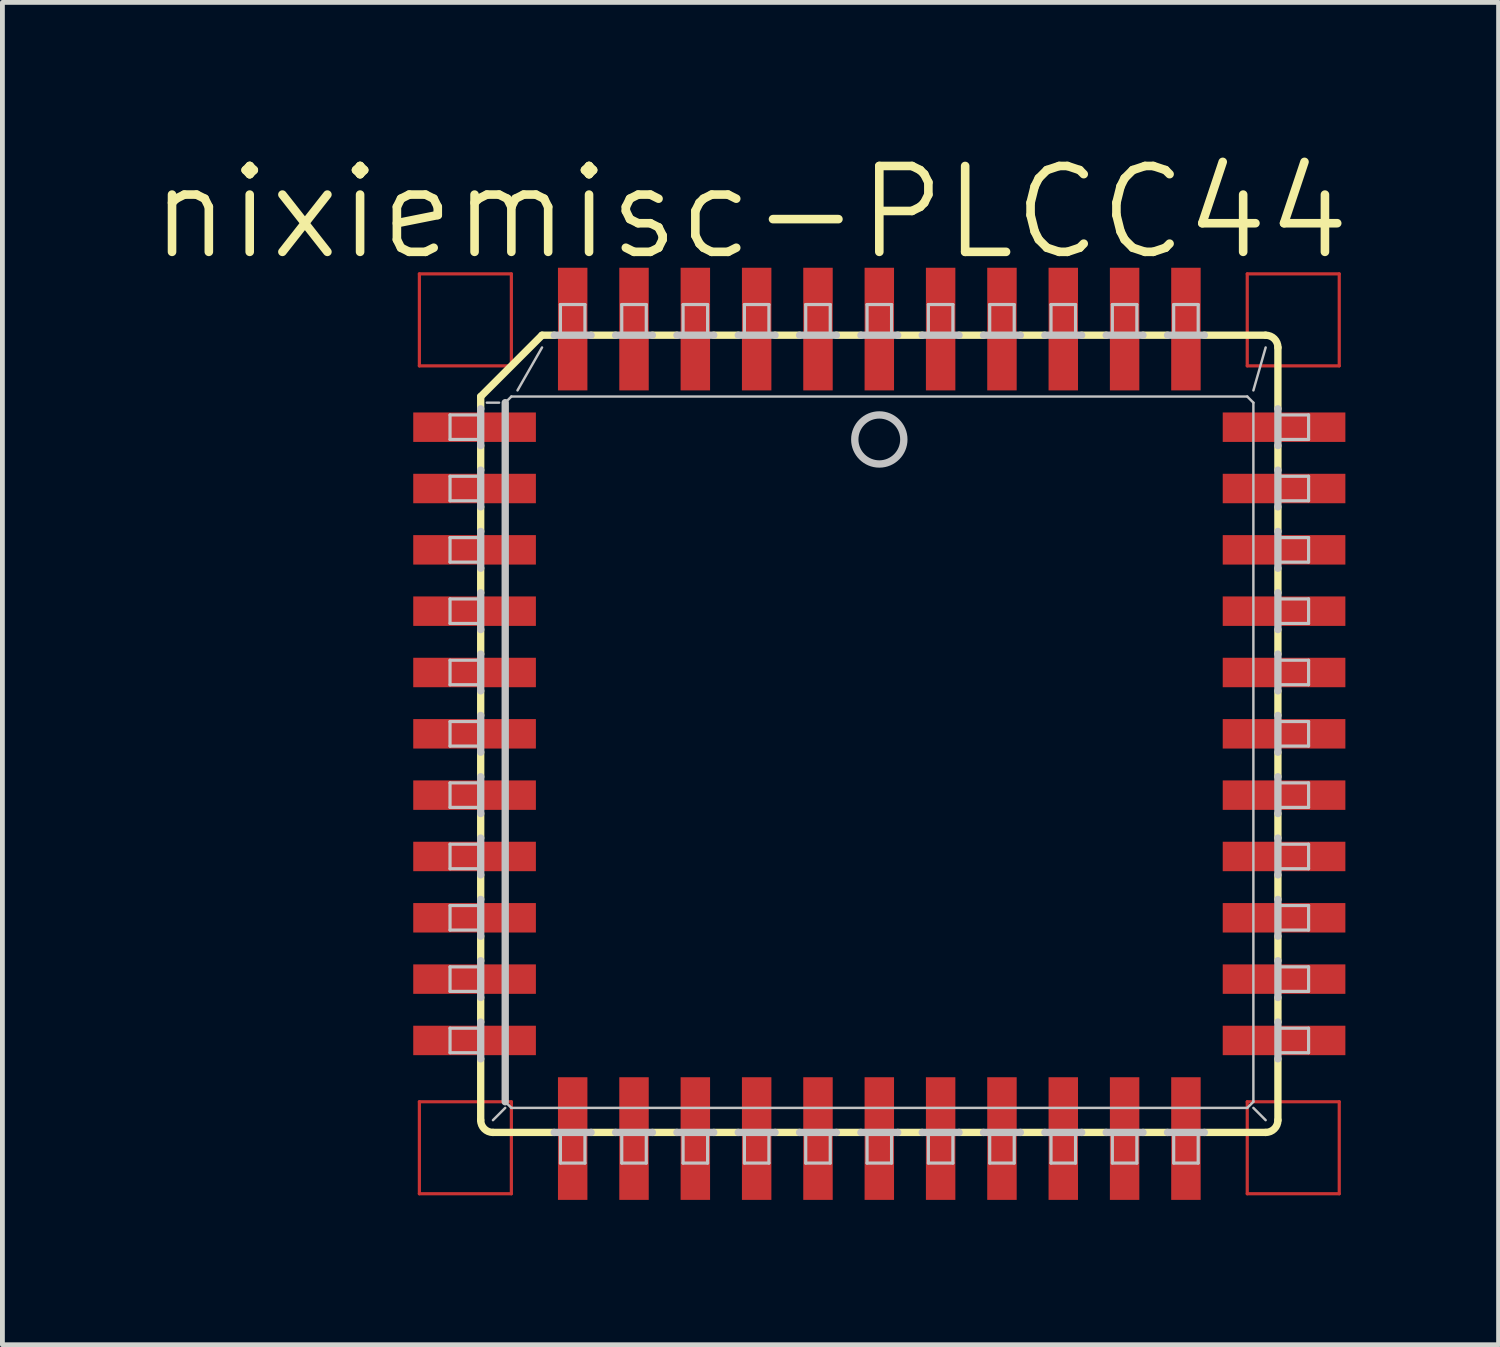
<source format=kicad_pcb>
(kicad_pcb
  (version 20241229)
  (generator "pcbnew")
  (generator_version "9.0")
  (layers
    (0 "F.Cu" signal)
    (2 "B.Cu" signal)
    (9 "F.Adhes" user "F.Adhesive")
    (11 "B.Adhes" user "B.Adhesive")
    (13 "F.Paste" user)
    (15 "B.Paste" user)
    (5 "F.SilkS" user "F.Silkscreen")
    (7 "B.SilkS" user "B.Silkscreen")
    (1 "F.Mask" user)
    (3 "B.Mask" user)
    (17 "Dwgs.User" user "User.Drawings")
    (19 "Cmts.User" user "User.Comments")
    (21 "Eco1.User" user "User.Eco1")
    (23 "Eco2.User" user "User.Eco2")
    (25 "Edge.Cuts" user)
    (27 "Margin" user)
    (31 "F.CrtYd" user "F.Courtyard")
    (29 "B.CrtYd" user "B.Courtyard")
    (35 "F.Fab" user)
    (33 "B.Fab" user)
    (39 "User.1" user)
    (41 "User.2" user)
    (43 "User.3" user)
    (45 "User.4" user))
  (footprint "nixiemisc-PLCC44"
    (layer "F.Cu")
    (at 15.16 12.147)
    (property "Reference" "nixiemisc-PLCC44" (at -2.667 -10.795 0) (layer "F.SilkS") (effects (font (size 1.778 1.778) (thickness 0.178))))
    (attr smd)
    (fp_line (start -9.525 -9.525) (end -7.62 -9.525) (stroke (width 0.066) (type solid)) (layer "F.Cu"))
    (fp_line (start -9.525 -7.62) (end -9.525 -9.525) (stroke (width 0.066) (type solid)) (layer "F.Cu"))
    (fp_line (start -9.525 -7.62) (end -7.62 -7.62) (stroke (width 0.066) (type solid)) (layer "F.Cu"))
    (fp_line (start -9.525 7.62) (end -7.62 7.62) (stroke (width 0.066) (type solid)) (layer "F.Cu"))
    (fp_line (start -9.525 9.525) (end -9.525 7.62) (stroke (width 0.066) (type solid)) (layer "F.Cu"))
    (fp_line (start -9.525 9.525) (end -7.62 9.525) (stroke (width 0.066) (type solid)) (layer "F.Cu"))
    (fp_line (start -7.62 -7.62) (end -7.62 -9.525) (stroke (width 0.066) (type solid)) (layer "F.Cu"))
    (fp_line (start -7.62 9.525) (end -7.62 7.62) (stroke (width 0.066) (type solid)) (layer "F.Cu"))
    (fp_line (start 7.62 -9.525) (end 9.525 -9.525) (stroke (width 0.066) (type solid)) (layer "F.Cu"))
    (fp_line (start 7.62 -7.62) (end 7.62 -9.525) (stroke (width 0.066) (type solid)) (layer "F.Cu"))
    (fp_line (start 7.62 -7.62) (end 9.525 -7.62) (stroke (width 0.066) (type solid)) (layer "F.Cu"))
    (fp_line (start 7.62 7.62) (end 9.525 7.62) (stroke (width 0.066) (type solid)) (layer "F.Cu"))
    (fp_line (start 7.62 9.525) (end 7.62 7.62) (stroke (width 0.066) (type solid)) (layer "F.Cu"))
    (fp_line (start 7.62 9.525) (end 9.525 9.525) (stroke (width 0.066) (type solid)) (layer "F.Cu"))
    (fp_line (start 9.525 -7.62) (end 9.525 -9.525) (stroke (width 0.066) (type solid)) (layer "F.Cu"))
    (fp_line (start 9.525 9.525) (end 9.525 7.62) (stroke (width 0.066) (type solid)) (layer "F.Cu"))
    (fp_line (start -9.525 -9.525) (end -7.62 -9.525) (stroke (width 0.066) (type solid)) (layer "F.Mask"))
    (fp_line (start -9.525 -7.62) (end -9.525 -9.525) (stroke (width 0.066) (type solid)) (layer "F.Mask"))
    (fp_line (start -9.525 -7.62) (end -7.62 -7.62) (stroke (width 0.066) (type solid)) (layer "F.Mask"))
    (fp_line (start -9.525 7.62) (end -7.62 7.62) (stroke (width 0.066) (type solid)) (layer "F.Mask"))
    (fp_line (start -9.525 9.525) (end -9.525 7.62) (stroke (width 0.066) (type solid)) (layer "F.Mask"))
    (fp_line (start -9.525 9.525) (end -7.62 9.525) (stroke (width 0.066) (type solid)) (layer "F.Mask"))
    (fp_line (start -7.62 -7.62) (end -7.62 -9.525) (stroke (width 0.066) (type solid)) (layer "F.Mask"))
    (fp_line (start -7.62 9.525) (end -7.62 7.62) (stroke (width 0.066) (type solid)) (layer "F.Mask"))
    (fp_line (start 7.62 -9.525) (end 9.525 -9.525) (stroke (width 0.066) (type solid)) (layer "F.Mask"))
    (fp_line (start 7.62 -7.62) (end 7.62 -9.525) (stroke (width 0.066) (type solid)) (layer "F.Mask"))
    (fp_line (start 7.62 -7.62) (end 9.525 -7.62) (stroke (width 0.066) (type solid)) (layer "F.Mask"))
    (fp_line (start 7.62 7.62) (end 9.525 7.62) (stroke (width 0.066) (type solid)) (layer "F.Mask"))
    (fp_line (start 7.62 9.525) (end 7.62 7.62) (stroke (width 0.066) (type solid)) (layer "F.Mask"))
    (fp_line (start 7.62 9.525) (end 9.525 9.525) (stroke (width 0.066) (type solid)) (layer "F.Mask"))
    (fp_line (start 9.525 -7.62) (end 9.525 -9.525) (stroke (width 0.066) (type solid)) (layer "F.Mask"))
    (fp_line (start 9.525 9.525) (end 9.525 7.62) (stroke (width 0.066) (type solid)) (layer "F.Mask"))
    (fp_line (start -8.255 -6.985) (end -8.255 -6.731) (stroke (width 0.152) (type solid)) (layer "F.SilkS"))
    (fp_line (start -8.255 -6.985) (end -6.985 -8.255) (stroke (width 0.152) (type solid)) (layer "F.SilkS"))
    (fp_line (start -8.255 -5.969) (end -8.255 -5.461) (stroke (width 0.152) (type solid)) (layer "F.SilkS"))
    (fp_line (start -8.255 -4.699) (end -8.255 -4.191) (stroke (width 0.152) (type solid)) (layer "F.SilkS"))
    (fp_line (start -8.255 -3.429) (end -8.255 -2.921) (stroke (width 0.152) (type solid)) (layer "F.SilkS"))
    (fp_line (start -8.255 -2.159) (end -8.255 -1.651) (stroke (width 0.152) (type solid)) (layer "F.SilkS"))
    (fp_line (start -8.255 -0.889) (end -8.255 -0.381) (stroke (width 0.152) (type solid)) (layer "F.SilkS"))
    (fp_line (start -8.255 0.381) (end -8.255 0.889) (stroke (width 0.152) (type solid)) (layer "F.SilkS"))
    (fp_line (start -8.255 2.159) (end -8.255 1.651) (stroke (width 0.152) (type solid)) (layer "F.SilkS"))
    (fp_line (start -8.255 2.921) (end -8.255 3.429) (stroke (width 0.152) (type solid)) (layer "F.SilkS"))
    (fp_line (start -8.255 4.699) (end -8.255 4.191) (stroke (width 0.152) (type solid)) (layer "F.SilkS"))
    (fp_line (start -8.255 5.461) (end -8.255 5.969) (stroke (width 0.152) (type solid)) (layer "F.SilkS"))
    (fp_line (start -8.255 8.001) (end -8.255 6.731) (stroke (width 0.152) (type solid)) (layer "F.SilkS"))
    (fp_line (start -8.001 8.255) (end -6.731 8.255) (stroke (width 0.152) (type solid)) (layer "F.SilkS"))
    (fp_line (start -6.985 -8.255) (end -6.731 -8.255) (stroke (width 0.152) (type solid)) (layer "F.SilkS"))
    (fp_line (start -5.969 8.255) (end -5.461 8.255) (stroke (width 0.152) (type solid)) (layer "F.SilkS"))
    (fp_line (start -5.461 -8.255) (end -5.969 -8.255) (stroke (width 0.152) (type solid)) (layer "F.SilkS"))
    (fp_line (start -4.699 -8.255) (end -4.191 -8.255) (stroke (width 0.152) (type solid)) (layer "F.SilkS"))
    (fp_line (start -4.699 8.255) (end -4.191 8.255) (stroke (width 0.152) (type solid)) (layer "F.SilkS"))
    (fp_line (start -3.429 8.255) (end -2.921 8.255) (stroke (width 0.152) (type solid)) (layer "F.SilkS"))
    (fp_line (start -2.921 -8.255) (end -3.429 -8.255) (stroke (width 0.152) (type solid)) (layer "F.SilkS"))
    (fp_line (start -2.159 -8.255) (end -1.651 -8.255) (stroke (width 0.152) (type solid)) (layer "F.SilkS"))
    (fp_line (start -2.159 8.255) (end -1.651 8.255) (stroke (width 0.152) (type solid)) (layer "F.SilkS"))
    (fp_line (start -0.889 8.255) (end -0.381 8.255) (stroke (width 0.152) (type solid)) (layer "F.SilkS"))
    (fp_line (start -0.381 -8.255) (end -0.889 -8.255) (stroke (width 0.152) (type solid)) (layer "F.SilkS"))
    (fp_line (start 0.381 8.255) (end 0.889 8.255) (stroke (width 0.152) (type solid)) (layer "F.SilkS"))
    (fp_line (start 0.889 -8.255) (end 0.381 -8.255) (stroke (width 0.152) (type solid)) (layer "F.SilkS"))
    (fp_line (start 2.159 -8.255) (end 1.651 -8.255) (stroke (width 0.152) (type solid)) (layer "F.SilkS"))
    (fp_line (start 2.159 8.255) (end 1.651 8.255) (stroke (width 0.152) (type solid)) (layer "F.SilkS"))
    (fp_line (start 2.921 8.255) (end 3.429 8.255) (stroke (width 0.152) (type solid)) (layer "F.SilkS"))
    (fp_line (start 3.429 -8.255) (end 2.921 -8.255) (stroke (width 0.152) (type solid)) (layer "F.SilkS"))
    (fp_line (start 4.699 -8.255) (end 4.191 -8.255) (stroke (width 0.152) (type solid)) (layer "F.SilkS"))
    (fp_line (start 4.699 8.255) (end 4.191 8.255) (stroke (width 0.152) (type solid)) (layer "F.SilkS"))
    (fp_line (start 5.461 8.255) (end 5.969 8.255) (stroke (width 0.152) (type solid)) (layer "F.SilkS"))
    (fp_line (start 5.969 -8.255) (end 5.461 -8.255) (stroke (width 0.152) (type solid)) (layer "F.SilkS"))
    (fp_line (start 8.001 -8.255) (end 6.731 -8.255) (stroke (width 0.152) (type solid)) (layer "F.SilkS"))
    (fp_line (start 8.001 8.255) (end 6.731 8.255) (stroke (width 0.152) (type solid)) (layer "F.SilkS"))
    (fp_line (start 8.255 -8.001) (end 8.255 -6.731) (stroke (width 0.152) (type solid)) (layer "F.SilkS"))
    (fp_line (start 8.255 -5.461) (end 8.255 -5.969) (stroke (width 0.152) (type solid)) (layer "F.SilkS"))
    (fp_line (start 8.255 -4.699) (end 8.255 -4.191) (stroke (width 0.152) (type solid)) (layer "F.SilkS"))
    (fp_line (start 8.255 -2.921) (end 8.255 -3.429) (stroke (width 0.152) (type solid)) (layer "F.SilkS"))
    (fp_line (start 8.255 -2.159) (end 8.255 -1.651) (stroke (width 0.152) (type solid)) (layer "F.SilkS"))
    (fp_line (start 8.255 -0.381) (end 8.255 -0.889) (stroke (width 0.152) (type solid)) (layer "F.SilkS"))
    (fp_line (start 8.255 0.889) (end 8.255 0.381) (stroke (width 0.152) (type solid)) (layer "F.SilkS"))
    (fp_line (start 8.255 2.159) (end 8.255 1.651) (stroke (width 0.152) (type solid)) (layer "F.SilkS"))
    (fp_line (start 8.255 3.429) (end 8.255 2.921) (stroke (width 0.152) (type solid)) (layer "F.SilkS"))
    (fp_line (start 8.255 4.699) (end 8.255 4.191) (stroke (width 0.152) (type solid)) (layer "F.SilkS"))
    (fp_line (start 8.255 5.969) (end 8.255 5.461) (stroke (width 0.152) (type solid)) (layer "F.SilkS"))
    (fp_line (start 8.255 8.001) (end 8.255 6.731) (stroke (width 0.152) (type solid)) (layer "F.SilkS"))
    (fp_arc (start -8.001 8.255) (mid -8.180605 8.180605) (end -8.255 8.001) (stroke (width 0.1524) (type solid)) (layer "F.SilkS"))
    (fp_arc (start 8.001 -8.255) (mid 8.180605 -8.180605) (end 8.255 -8.001) (stroke (width 0.1524) (type solid)) (layer "F.SilkS"))
    (fp_arc (start 8.255 8.001) (mid 8.180605 8.180605) (end 8.001 8.255) (stroke (width 0.1524) (type solid)) (layer "F.SilkS"))
    (fp_line (start -8.89 -6.604) (end -8.255 -6.604) (stroke (width 0.066) (type solid)) (layer "Dwgs.User"))
    (fp_line (start -8.89 -6.096) (end -8.89 -6.604) (stroke (width 0.066) (type solid)) (layer "Dwgs.User"))
    (fp_line (start -8.89 -6.096) (end -8.255 -6.096) (stroke (width 0.066) (type solid)) (layer "Dwgs.User"))
    (fp_line (start -8.89 -5.334) (end -8.255 -5.334) (stroke (width 0.066) (type solid)) (layer "Dwgs.User"))
    (fp_line (start -8.89 -4.826) (end -8.89 -5.334) (stroke (width 0.066) (type solid)) (layer "Dwgs.User"))
    (fp_line (start -8.89 -4.826) (end -8.255 -4.826) (stroke (width 0.066) (type solid)) (layer "Dwgs.User"))
    (fp_line (start -8.89 -4.064) (end -8.255 -4.064) (stroke (width 0.066) (type solid)) (layer "Dwgs.User"))
    (fp_line (start -8.89 -3.556) (end -8.89 -4.064) (stroke (width 0.066) (type solid)) (layer "Dwgs.User"))
    (fp_line (start -8.89 -3.556) (end -8.255 -3.556) (stroke (width 0.066) (type solid)) (layer "Dwgs.User"))
    (fp_line (start -8.89 -2.794) (end -8.255 -2.794) (stroke (width 0.066) (type solid)) (layer "Dwgs.User"))
    (fp_line (start -8.89 -2.286) (end -8.89 -2.794) (stroke (width 0.066) (type solid)) (layer "Dwgs.User"))
    (fp_line (start -8.89 -2.286) (end -8.255 -2.286) (stroke (width 0.066) (type solid)) (layer "Dwgs.User"))
    (fp_line (start -8.89 -1.524) (end -8.255 -1.524) (stroke (width 0.066) (type solid)) (layer "Dwgs.User"))
    (fp_line (start -8.89 -1.016) (end -8.89 -1.524) (stroke (width 0.066) (type solid)) (layer "Dwgs.User"))
    (fp_line (start -8.89 -1.016) (end -8.255 -1.016) (stroke (width 0.066) (type solid)) (layer "Dwgs.User"))
    (fp_line (start -8.89 -0.254) (end -8.255 -0.254) (stroke (width 0.066) (type solid)) (layer "Dwgs.User"))
    (fp_line (start -8.89 0.254) (end -8.89 -0.254) (stroke (width 0.066) (type solid)) (layer "Dwgs.User"))
    (fp_line (start -8.89 0.254) (end -8.255 0.254) (stroke (width 0.066) (type solid)) (layer "Dwgs.User"))
    (fp_line (start -8.89 1.016) (end -8.255 1.016) (stroke (width 0.066) (type solid)) (layer "Dwgs.User"))
    (fp_line (start -8.89 1.524) (end -8.89 1.016) (stroke (width 0.066) (type solid)) (layer "Dwgs.User"))
    (fp_line (start -8.89 1.524) (end -8.255 1.524) (stroke (width 0.066) (type solid)) (layer "Dwgs.User"))
    (fp_line (start -8.89 2.286) (end -8.255 2.286) (stroke (width 0.066) (type solid)) (layer "Dwgs.User"))
    (fp_line (start -8.89 2.794) (end -8.89 2.286) (stroke (width 0.066) (type solid)) (layer "Dwgs.User"))
    (fp_line (start -8.89 2.794) (end -8.255 2.794) (stroke (width 0.066) (type solid)) (layer "Dwgs.User"))
    (fp_line (start -8.89 3.556) (end -8.255 3.556) (stroke (width 0.066) (type solid)) (layer "Dwgs.User"))
    (fp_line (start -8.89 4.064) (end -8.89 3.556) (stroke (width 0.066) (type solid)) (layer "Dwgs.User"))
    (fp_line (start -8.89 4.064) (end -8.255 4.064) (stroke (width 0.066) (type solid)) (layer "Dwgs.User"))
    (fp_line (start -8.89 4.826) (end -8.255 4.826) (stroke (width 0.066) (type solid)) (layer "Dwgs.User"))
    (fp_line (start -8.89 5.334) (end -8.89 4.826) (stroke (width 0.066) (type solid)) (layer "Dwgs.User"))
    (fp_line (start -8.89 5.334) (end -8.255 5.334) (stroke (width 0.066) (type solid)) (layer "Dwgs.User"))
    (fp_line (start -8.89 6.096) (end -8.255 6.096) (stroke (width 0.066) (type solid)) (layer "Dwgs.User"))
    (fp_line (start -8.89 6.604) (end -8.89 6.096) (stroke (width 0.066) (type solid)) (layer "Dwgs.User"))
    (fp_line (start -8.89 6.604) (end -8.255 6.604) (stroke (width 0.066) (type solid)) (layer "Dwgs.User"))
    (fp_line (start -8.255 -6.731) (end -8.255 -5.969) (stroke (width 0.152) (type solid)) (layer "Dwgs.User"))
    (fp_line (start -8.255 -6.096) (end -8.255 -6.604) (stroke (width 0.066) (type solid)) (layer "Dwgs.User"))
    (fp_line (start -8.255 -5.461) (end -8.255 -4.699) (stroke (width 0.152) (type solid)) (layer "Dwgs.User"))
    (fp_line (start -8.255 -4.826) (end -8.255 -5.334) (stroke (width 0.066) (type solid)) (layer "Dwgs.User"))
    (fp_line (start -8.255 -4.191) (end -8.255 -3.429) (stroke (width 0.152) (type solid)) (layer "Dwgs.User"))
    (fp_line (start -8.255 -3.556) (end -8.255 -4.064) (stroke (width 0.066) (type solid)) (layer "Dwgs.User"))
    (fp_line (start -8.255 -2.921) (end -8.255 -2.159) (stroke (width 0.152) (type solid)) (layer "Dwgs.User"))
    (fp_line (start -8.255 -2.286) (end -8.255 -2.794) (stroke (width 0.066) (type solid)) (layer "Dwgs.User"))
    (fp_line (start -8.255 -1.651) (end -8.255 -0.889) (stroke (width 0.152) (type solid)) (layer "Dwgs.User"))
    (fp_line (start -8.255 -1.016) (end -8.255 -1.524) (stroke (width 0.066) (type solid)) (layer "Dwgs.User"))
    (fp_line (start -8.255 -0.381) (end -8.255 0.381) (stroke (width 0.152) (type solid)) (layer "Dwgs.User"))
    (fp_line (start -8.255 0.254) (end -8.255 -0.254) (stroke (width 0.066) (type solid)) (layer "Dwgs.User"))
    (fp_line (start -8.255 0.889) (end -8.255 1.651) (stroke (width 0.152) (type solid)) (layer "Dwgs.User"))
    (fp_line (start -8.255 1.524) (end -8.255 1.016) (stroke (width 0.066) (type solid)) (layer "Dwgs.User"))
    (fp_line (start -8.255 2.159) (end -8.255 2.921) (stroke (width 0.152) (type solid)) (layer "Dwgs.User"))
    (fp_line (start -8.255 2.794) (end -8.255 2.286) (stroke (width 0.066) (type solid)) (layer "Dwgs.User"))
    (fp_line (start -8.255 3.429) (end -8.255 4.191) (stroke (width 0.152) (type solid)) (layer "Dwgs.User"))
    (fp_line (start -8.255 4.064) (end -8.255 3.556) (stroke (width 0.066) (type solid)) (layer "Dwgs.User"))
    (fp_line (start -8.255 4.699) (end -8.255 5.461) (stroke (width 0.152) (type solid)) (layer "Dwgs.User"))
    (fp_line (start -8.255 5.334) (end -8.255 4.826) (stroke (width 0.066) (type solid)) (layer "Dwgs.User"))
    (fp_line (start -8.255 5.969) (end -8.255 6.731) (stroke (width 0.152) (type solid)) (layer "Dwgs.User"))
    (fp_line (start -8.255 6.604) (end -8.255 6.096) (stroke (width 0.066) (type solid)) (layer "Dwgs.User"))
    (fp_line (start -8.128 -6.858) (end -7.874 -6.858) (stroke (width 0.051) (type solid)) (layer "Dwgs.User"))
    (fp_line (start -7.747 7.62) (end -7.747 -6.858) (stroke (width 0.152) (type solid)) (layer "Dwgs.User"))
    (fp_line (start -7.747 7.62) (end -7.62 7.747) (stroke (width 0.051) (type solid)) (layer "Dwgs.User"))
    (fp_line (start -7.747 7.747) (end -8.001 8.001) (stroke (width 0.051) (type solid)) (layer "Dwgs.User"))
    (fp_line (start -7.62 -6.985) (end -7.747 -6.858) (stroke (width 0.051) (type solid)) (layer "Dwgs.User"))
    (fp_line (start -7.62 -6.985) (end 7.62 -6.985) (stroke (width 0.051) (type solid)) (layer "Dwgs.User"))
    (fp_line (start -6.985 -8.001) (end -7.493 -7.112) (stroke (width 0.051) (type solid)) (layer "Dwgs.User"))
    (fp_line (start -6.731 8.255) (end -5.969 8.255) (stroke (width 0.152) (type solid)) (layer "Dwgs.User"))
    (fp_line (start -6.604 -8.89) (end -6.096 -8.89) (stroke (width 0.066) (type solid)) (layer "Dwgs.User"))
    (fp_line (start -6.604 -8.255) (end -6.604 -8.89) (stroke (width 0.066) (type solid)) (layer "Dwgs.User"))
    (fp_line (start -6.604 -8.255) (end -6.096 -8.255) (stroke (width 0.066) (type solid)) (layer "Dwgs.User"))
    (fp_line (start -6.604 8.255) (end -6.096 8.255) (stroke (width 0.066) (type solid)) (layer "Dwgs.User"))
    (fp_line (start -6.604 8.89) (end -6.604 8.255) (stroke (width 0.066) (type solid)) (layer "Dwgs.User"))
    (fp_line (start -6.604 8.89) (end -6.096 8.89) (stroke (width 0.066) (type solid)) (layer "Dwgs.User"))
    (fp_line (start -6.096 -8.255) (end -6.096 -8.89) (stroke (width 0.066) (type solid)) (layer "Dwgs.User"))
    (fp_line (start -6.096 8.89) (end -6.096 8.255) (stroke (width 0.066) (type solid)) (layer "Dwgs.User"))
    (fp_line (start -5.969 -8.255) (end -6.731 -8.255) (stroke (width 0.152) (type solid)) (layer "Dwgs.User"))
    (fp_line (start -5.461 8.255) (end -4.699 8.255) (stroke (width 0.152) (type solid)) (layer "Dwgs.User"))
    (fp_line (start -5.334 -8.89) (end -4.826 -8.89) (stroke (width 0.066) (type solid)) (layer "Dwgs.User"))
    (fp_line (start -5.334 -8.255) (end -5.334 -8.89) (stroke (width 0.066) (type solid)) (layer "Dwgs.User"))
    (fp_line (start -5.334 -8.255) (end -4.826 -8.255) (stroke (width 0.066) (type solid)) (layer "Dwgs.User"))
    (fp_line (start -5.334 8.255) (end -4.826 8.255) (stroke (width 0.066) (type solid)) (layer "Dwgs.User"))
    (fp_line (start -5.334 8.89) (end -5.334 8.255) (stroke (width 0.066) (type solid)) (layer "Dwgs.User"))
    (fp_line (start -5.334 8.89) (end -4.826 8.89) (stroke (width 0.066) (type solid)) (layer "Dwgs.User"))
    (fp_line (start -4.826 -8.255) (end -4.826 -8.89) (stroke (width 0.066) (type solid)) (layer "Dwgs.User"))
    (fp_line (start -4.826 8.89) (end -4.826 8.255) (stroke (width 0.066) (type solid)) (layer "Dwgs.User"))
    (fp_line (start -4.699 -8.255) (end -5.461 -8.255) (stroke (width 0.152) (type solid)) (layer "Dwgs.User"))
    (fp_line (start -4.191 8.255) (end -3.429 8.255) (stroke (width 0.152) (type solid)) (layer "Dwgs.User"))
    (fp_line (start -4.064 -8.89) (end -3.556 -8.89) (stroke (width 0.066) (type solid)) (layer "Dwgs.User"))
    (fp_line (start -4.064 -8.255) (end -4.064 -8.89) (stroke (width 0.066) (type solid)) (layer "Dwgs.User"))
    (fp_line (start -4.064 -8.255) (end -3.556 -8.255) (stroke (width 0.066) (type solid)) (layer "Dwgs.User"))
    (fp_line (start -4.064 8.255) (end -3.556 8.255) (stroke (width 0.066) (type solid)) (layer "Dwgs.User"))
    (fp_line (start -4.064 8.89) (end -4.064 8.255) (stroke (width 0.066) (type solid)) (layer "Dwgs.User"))
    (fp_line (start -4.064 8.89) (end -3.556 8.89) (stroke (width 0.066) (type solid)) (layer "Dwgs.User"))
    (fp_line (start -3.556 -8.255) (end -3.556 -8.89) (stroke (width 0.066) (type solid)) (layer "Dwgs.User"))
    (fp_line (start -3.556 8.89) (end -3.556 8.255) (stroke (width 0.066) (type solid)) (layer "Dwgs.User"))
    (fp_line (start -3.429 -8.255) (end -4.191 -8.255) (stroke (width 0.152) (type solid)) (layer "Dwgs.User"))
    (fp_line (start -2.921 8.255) (end -2.159 8.255) (stroke (width 0.152) (type solid)) (layer "Dwgs.User"))
    (fp_line (start -2.794 -8.89) (end -2.286 -8.89) (stroke (width 0.066) (type solid)) (layer "Dwgs.User"))
    (fp_line (start -2.794 -8.255) (end -2.794 -8.89) (stroke (width 0.066) (type solid)) (layer "Dwgs.User"))
    (fp_line (start -2.794 -8.255) (end -2.286 -8.255) (stroke (width 0.066) (type solid)) (layer "Dwgs.User"))
    (fp_line (start -2.794 8.255) (end -2.286 8.255) (stroke (width 0.066) (type solid)) (layer "Dwgs.User"))
    (fp_line (start -2.794 8.89) (end -2.794 8.255) (stroke (width 0.066) (type solid)) (layer "Dwgs.User"))
    (fp_line (start -2.794 8.89) (end -2.286 8.89) (stroke (width 0.066) (type solid)) (layer "Dwgs.User"))
    (fp_line (start -2.286 -8.255) (end -2.286 -8.89) (stroke (width 0.066) (type solid)) (layer "Dwgs.User"))
    (fp_line (start -2.286 8.89) (end -2.286 8.255) (stroke (width 0.066) (type solid)) (layer "Dwgs.User"))
    (fp_line (start -2.159 -8.255) (end -2.921 -8.255) (stroke (width 0.152) (type solid)) (layer "Dwgs.User"))
    (fp_line (start -1.651 8.255) (end -0.889 8.255) (stroke (width 0.152) (type solid)) (layer "Dwgs.User"))
    (fp_line (start -1.524 -8.89) (end -1.016 -8.89) (stroke (width 0.066) (type solid)) (layer "Dwgs.User"))
    (fp_line (start -1.524 -8.255) (end -1.524 -8.89) (stroke (width 0.066) (type solid)) (layer "Dwgs.User"))
    (fp_line (start -1.524 -8.255) (end -1.016 -8.255) (stroke (width 0.066) (type solid)) (layer "Dwgs.User"))
    (fp_line (start -1.524 8.255) (end -1.016 8.255) (stroke (width 0.066) (type solid)) (layer "Dwgs.User"))
    (fp_line (start -1.524 8.89) (end -1.524 8.255) (stroke (width 0.066) (type solid)) (layer "Dwgs.User"))
    (fp_line (start -1.524 8.89) (end -1.016 8.89) (stroke (width 0.066) (type solid)) (layer "Dwgs.User"))
    (fp_line (start -1.016 -8.255) (end -1.016 -8.89) (stroke (width 0.066) (type solid)) (layer "Dwgs.User"))
    (fp_line (start -1.016 8.89) (end -1.016 8.255) (stroke (width 0.066) (type solid)) (layer "Dwgs.User"))
    (fp_line (start -0.889 -8.255) (end -1.651 -8.255) (stroke (width 0.152) (type solid)) (layer "Dwgs.User"))
    (fp_line (start -0.381 8.255) (end 0.381 8.255) (stroke (width 0.152) (type solid)) (layer "Dwgs.User"))
    (fp_line (start -0.254 -8.89) (end 0.254 -8.89) (stroke (width 0.066) (type solid)) (layer "Dwgs.User"))
    (fp_line (start -0.254 -8.255) (end -0.254 -8.89) (stroke (width 0.066) (type solid)) (layer "Dwgs.User"))
    (fp_line (start -0.254 -8.255) (end 0.254 -8.255) (stroke (width 0.066) (type solid)) (layer "Dwgs.User"))
    (fp_line (start -0.254 8.255) (end 0.254 8.255) (stroke (width 0.066) (type solid)) (layer "Dwgs.User"))
    (fp_line (start -0.254 8.89) (end -0.254 8.255) (stroke (width 0.066) (type solid)) (layer "Dwgs.User"))
    (fp_line (start -0.254 8.89) (end 0.254 8.89) (stroke (width 0.066) (type solid)) (layer "Dwgs.User"))
    (fp_line (start 0.254 -8.255) (end 0.254 -8.89) (stroke (width 0.066) (type solid)) (layer "Dwgs.User"))
    (fp_line (start 0.254 8.89) (end 0.254 8.255) (stroke (width 0.066) (type solid)) (layer "Dwgs.User"))
    (fp_line (start 0.381 -8.255) (end -0.381 -8.255) (stroke (width 0.152) (type solid)) (layer "Dwgs.User"))
    (fp_line (start 0.889 8.255) (end 1.651 8.255) (stroke (width 0.152) (type solid)) (layer "Dwgs.User"))
    (fp_line (start 1.016 -8.89) (end 1.524 -8.89) (stroke (width 0.066) (type solid)) (layer "Dwgs.User"))
    (fp_line (start 1.016 -8.255) (end 1.016 -8.89) (stroke (width 0.066) (type solid)) (layer "Dwgs.User"))
    (fp_line (start 1.016 -8.255) (end 1.524 -8.255) (stroke (width 0.066) (type solid)) (layer "Dwgs.User"))
    (fp_line (start 1.016 8.255) (end 1.524 8.255) (stroke (width 0.066) (type solid)) (layer "Dwgs.User"))
    (fp_line (start 1.016 8.89) (end 1.016 8.255) (stroke (width 0.066) (type solid)) (layer "Dwgs.User"))
    (fp_line (start 1.016 8.89) (end 1.524 8.89) (stroke (width 0.066) (type solid)) (layer "Dwgs.User"))
    (fp_line (start 1.524 -8.255) (end 1.524 -8.89) (stroke (width 0.066) (type solid)) (layer "Dwgs.User"))
    (fp_line (start 1.524 8.89) (end 1.524 8.255) (stroke (width 0.066) (type solid)) (layer "Dwgs.User"))
    (fp_line (start 1.651 -8.255) (end 0.889 -8.255) (stroke (width 0.152) (type solid)) (layer "Dwgs.User"))
    (fp_line (start 2.159 8.255) (end 2.921 8.255) (stroke (width 0.152) (type solid)) (layer "Dwgs.User"))
    (fp_line (start 2.286 -8.89) (end 2.794 -8.89) (stroke (width 0.066) (type solid)) (layer "Dwgs.User"))
    (fp_line (start 2.286 -8.255) (end 2.286 -8.89) (stroke (width 0.066) (type solid)) (layer "Dwgs.User"))
    (fp_line (start 2.286 -8.255) (end 2.794 -8.255) (stroke (width 0.066) (type solid)) (layer "Dwgs.User"))
    (fp_line (start 2.286 8.255) (end 2.794 8.255) (stroke (width 0.066) (type solid)) (layer "Dwgs.User"))
    (fp_line (start 2.286 8.89) (end 2.286 8.255) (stroke (width 0.066) (type solid)) (layer "Dwgs.User"))
    (fp_line (start 2.286 8.89) (end 2.794 8.89) (stroke (width 0.066) (type solid)) (layer "Dwgs.User"))
    (fp_line (start 2.794 -8.255) (end 2.794 -8.89) (stroke (width 0.066) (type solid)) (layer "Dwgs.User"))
    (fp_line (start 2.794 8.89) (end 2.794 8.255) (stroke (width 0.066) (type solid)) (layer "Dwgs.User"))
    (fp_line (start 2.921 -8.255) (end 2.159 -8.255) (stroke (width 0.152) (type solid)) (layer "Dwgs.User"))
    (fp_line (start 3.429 8.255) (end 4.191 8.255) (stroke (width 0.152) (type solid)) (layer "Dwgs.User"))
    (fp_line (start 3.556 -8.89) (end 4.064 -8.89) (stroke (width 0.066) (type solid)) (layer "Dwgs.User"))
    (fp_line (start 3.556 -8.255) (end 3.556 -8.89) (stroke (width 0.066) (type solid)) (layer "Dwgs.User"))
    (fp_line (start 3.556 -8.255) (end 4.064 -8.255) (stroke (width 0.066) (type solid)) (layer "Dwgs.User"))
    (fp_line (start 3.556 8.255) (end 4.064 8.255) (stroke (width 0.066) (type solid)) (layer "Dwgs.User"))
    (fp_line (start 3.556 8.89) (end 3.556 8.255) (stroke (width 0.066) (type solid)) (layer "Dwgs.User"))
    (fp_line (start 3.556 8.89) (end 4.064 8.89) (stroke (width 0.066) (type solid)) (layer "Dwgs.User"))
    (fp_line (start 4.064 -8.255) (end 4.064 -8.89) (stroke (width 0.066) (type solid)) (layer "Dwgs.User"))
    (fp_line (start 4.064 8.89) (end 4.064 8.255) (stroke (width 0.066) (type solid)) (layer "Dwgs.User"))
    (fp_line (start 4.191 -8.255) (end 3.429 -8.255) (stroke (width 0.152) (type solid)) (layer "Dwgs.User"))
    (fp_line (start 4.699 8.255) (end 5.461 8.255) (stroke (width 0.152) (type solid)) (layer "Dwgs.User"))
    (fp_line (start 4.826 -8.89) (end 5.334 -8.89) (stroke (width 0.066) (type solid)) (layer "Dwgs.User"))
    (fp_line (start 4.826 -8.255) (end 4.826 -8.89) (stroke (width 0.066) (type solid)) (layer "Dwgs.User"))
    (fp_line (start 4.826 -8.255) (end 5.334 -8.255) (stroke (width 0.066) (type solid)) (layer "Dwgs.User"))
    (fp_line (start 4.826 8.255) (end 5.334 8.255) (stroke (width 0.066) (type solid)) (layer "Dwgs.User"))
    (fp_line (start 4.826 8.89) (end 4.826 8.255) (stroke (width 0.066) (type solid)) (layer "Dwgs.User"))
    (fp_line (start 4.826 8.89) (end 5.334 8.89) (stroke (width 0.066) (type solid)) (layer "Dwgs.User"))
    (fp_line (start 5.334 -8.255) (end 5.334 -8.89) (stroke (width 0.066) (type solid)) (layer "Dwgs.User"))
    (fp_line (start 5.334 8.89) (end 5.334 8.255) (stroke (width 0.066) (type solid)) (layer "Dwgs.User"))
    (fp_line (start 5.461 -8.255) (end 4.699 -8.255) (stroke (width 0.152) (type solid)) (layer "Dwgs.User"))
    (fp_line (start 5.969 8.255) (end 6.731 8.255) (stroke (width 0.152) (type solid)) (layer "Dwgs.User"))
    (fp_line (start 6.096 -8.89) (end 6.604 -8.89) (stroke (width 0.066) (type solid)) (layer "Dwgs.User"))
    (fp_line (start 6.096 -8.255) (end 6.096 -8.89) (stroke (width 0.066) (type solid)) (layer "Dwgs.User"))
    (fp_line (start 6.096 -8.255) (end 6.604 -8.255) (stroke (width 0.066) (type solid)) (layer "Dwgs.User"))
    (fp_line (start 6.096 8.255) (end 6.604 8.255) (stroke (width 0.066) (type solid)) (layer "Dwgs.User"))
    (fp_line (start 6.096 8.89) (end 6.096 8.255) (stroke (width 0.066) (type solid)) (layer "Dwgs.User"))
    (fp_line (start 6.096 8.89) (end 6.604 8.89) (stroke (width 0.066) (type solid)) (layer "Dwgs.User"))
    (fp_line (start 6.604 -8.255) (end 6.604 -8.89) (stroke (width 0.066) (type solid)) (layer "Dwgs.User"))
    (fp_line (start 6.604 8.89) (end 6.604 8.255) (stroke (width 0.066) (type solid)) (layer "Dwgs.User"))
    (fp_line (start 6.731 -8.255) (end 5.969 -8.255) (stroke (width 0.152) (type solid)) (layer "Dwgs.User"))
    (fp_line (start 7.62 7.747) (end -7.62 7.747) (stroke (width 0.051) (type solid)) (layer "Dwgs.User"))
    (fp_line (start 7.62 7.747) (end 7.747 7.62) (stroke (width 0.051) (type solid)) (layer "Dwgs.User"))
    (fp_line (start 7.747 -6.858) (end 7.62 -6.985) (stroke (width 0.051) (type solid)) (layer "Dwgs.User"))
    (fp_line (start 7.747 -6.858) (end 7.747 7.62) (stroke (width 0.051) (type solid)) (layer "Dwgs.User"))
    (fp_line (start 7.747 7.747) (end 8.001 8.001) (stroke (width 0.051) (type solid)) (layer "Dwgs.User"))
    (fp_line (start 8.001 -8.001) (end 7.747 -7.112) (stroke (width 0.051) (type solid)) (layer "Dwgs.User"))
    (fp_line (start 8.255 -6.604) (end 8.89 -6.604) (stroke (width 0.066) (type solid)) (layer "Dwgs.User"))
    (fp_line (start 8.255 -6.096) (end 8.255 -6.604) (stroke (width 0.066) (type solid)) (layer "Dwgs.User"))
    (fp_line (start 8.255 -6.096) (end 8.89 -6.096) (stroke (width 0.066) (type solid)) (layer "Dwgs.User"))
    (fp_line (start 8.255 -5.969) (end 8.255 -6.731) (stroke (width 0.152) (type solid)) (layer "Dwgs.User"))
    (fp_line (start 8.255 -5.334) (end 8.89 -5.334) (stroke (width 0.066) (type solid)) (layer "Dwgs.User"))
    (fp_line (start 8.255 -4.826) (end 8.255 -5.334) (stroke (width 0.066) (type solid)) (layer "Dwgs.User"))
    (fp_line (start 8.255 -4.826) (end 8.89 -4.826) (stroke (width 0.066) (type solid)) (layer "Dwgs.User"))
    (fp_line (start 8.255 -4.699) (end 8.255 -5.461) (stroke (width 0.152) (type solid)) (layer "Dwgs.User"))
    (fp_line (start 8.255 -4.064) (end 8.89 -4.064) (stroke (width 0.066) (type solid)) (layer "Dwgs.User"))
    (fp_line (start 8.255 -3.556) (end 8.255 -4.064) (stroke (width 0.066) (type solid)) (layer "Dwgs.User"))
    (fp_line (start 8.255 -3.556) (end 8.89 -3.556) (stroke (width 0.066) (type solid)) (layer "Dwgs.User"))
    (fp_line (start 8.255 -3.429) (end 8.255 -4.191) (stroke (width 0.152) (type solid)) (layer "Dwgs.User"))
    (fp_line (start 8.255 -2.794) (end 8.89 -2.794) (stroke (width 0.066) (type solid)) (layer "Dwgs.User"))
    (fp_line (start 8.255 -2.286) (end 8.255 -2.794) (stroke (width 0.066) (type solid)) (layer "Dwgs.User"))
    (fp_line (start 8.255 -2.286) (end 8.89 -2.286) (stroke (width 0.066) (type solid)) (layer "Dwgs.User"))
    (fp_line (start 8.255 -2.159) (end 8.255 -2.921) (stroke (width 0.152) (type solid)) (layer "Dwgs.User"))
    (fp_line (start 8.255 -1.524) (end 8.89 -1.524) (stroke (width 0.066) (type solid)) (layer "Dwgs.User"))
    (fp_line (start 8.255 -1.016) (end 8.255 -1.524) (stroke (width 0.066) (type solid)) (layer "Dwgs.User"))
    (fp_line (start 8.255 -1.016) (end 8.89 -1.016) (stroke (width 0.066) (type solid)) (layer "Dwgs.User"))
    (fp_line (start 8.255 -0.889) (end 8.255 -1.651) (stroke (width 0.152) (type solid)) (layer "Dwgs.User"))
    (fp_line (start 8.255 -0.254) (end 8.89 -0.254) (stroke (width 0.066) (type solid)) (layer "Dwgs.User"))
    (fp_line (start 8.255 0.254) (end 8.255 -0.254) (stroke (width 0.066) (type solid)) (layer "Dwgs.User"))
    (fp_line (start 8.255 0.254) (end 8.89 0.254) (stroke (width 0.066) (type solid)) (layer "Dwgs.User"))
    (fp_line (start 8.255 0.381) (end 8.255 -0.381) (stroke (width 0.152) (type solid)) (layer "Dwgs.User"))
    (fp_line (start 8.255 1.016) (end 8.89 1.016) (stroke (width 0.066) (type solid)) (layer "Dwgs.User"))
    (fp_line (start 8.255 1.524) (end 8.255 1.016) (stroke (width 0.066) (type solid)) (layer "Dwgs.User"))
    (fp_line (start 8.255 1.524) (end 8.89 1.524) (stroke (width 0.066) (type solid)) (layer "Dwgs.User"))
    (fp_line (start 8.255 1.651) (end 8.255 0.889) (stroke (width 0.152) (type solid)) (layer "Dwgs.User"))
    (fp_line (start 8.255 2.286) (end 8.89 2.286) (stroke (width 0.066) (type solid)) (layer "Dwgs.User"))
    (fp_line (start 8.255 2.794) (end 8.255 2.286) (stroke (width 0.066) (type solid)) (layer "Dwgs.User"))
    (fp_line (start 8.255 2.794) (end 8.89 2.794) (stroke (width 0.066) (type solid)) (layer "Dwgs.User"))
    (fp_line (start 8.255 2.921) (end 8.255 2.159) (stroke (width 0.152) (type solid)) (layer "Dwgs.User"))
    (fp_line (start 8.255 3.556) (end 8.89 3.556) (stroke (width 0.066) (type solid)) (layer "Dwgs.User"))
    (fp_line (start 8.255 4.064) (end 8.255 3.556) (stroke (width 0.066) (type solid)) (layer "Dwgs.User"))
    (fp_line (start 8.255 4.064) (end 8.89 4.064) (stroke (width 0.066) (type solid)) (layer "Dwgs.User"))
    (fp_line (start 8.255 4.191) (end 8.255 3.429) (stroke (width 0.152) (type solid)) (layer "Dwgs.User"))
    (fp_line (start 8.255 4.826) (end 8.89 4.826) (stroke (width 0.066) (type solid)) (layer "Dwgs.User"))
    (fp_line (start 8.255 5.334) (end 8.255 4.826) (stroke (width 0.066) (type solid)) (layer "Dwgs.User"))
    (fp_line (start 8.255 5.334) (end 8.89 5.334) (stroke (width 0.066) (type solid)) (layer "Dwgs.User"))
    (fp_line (start 8.255 5.461) (end 8.255 4.699) (stroke (width 0.152) (type solid)) (layer "Dwgs.User"))
    (fp_line (start 8.255 6.096) (end 8.89 6.096) (stroke (width 0.066) (type solid)) (layer "Dwgs.User"))
    (fp_line (start 8.255 6.604) (end 8.255 6.096) (stroke (width 0.066) (type solid)) (layer "Dwgs.User"))
    (fp_line (start 8.255 6.604) (end 8.89 6.604) (stroke (width 0.066) (type solid)) (layer "Dwgs.User"))
    (fp_line (start 8.255 6.731) (end 8.255 5.969) (stroke (width 0.152) (type solid)) (layer "Dwgs.User"))
    (fp_line (start 8.89 -6.096) (end 8.89 -6.604) (stroke (width 0.066) (type solid)) (layer "Dwgs.User"))
    (fp_line (start 8.89 -4.826) (end 8.89 -5.334) (stroke (width 0.066) (type solid)) (layer "Dwgs.User"))
    (fp_line (start 8.89 -3.556) (end 8.89 -4.064) (stroke (width 0.066) (type solid)) (layer "Dwgs.User"))
    (fp_line (start 8.89 -2.286) (end 8.89 -2.794) (stroke (width 0.066) (type solid)) (layer "Dwgs.User"))
    (fp_line (start 8.89 -1.016) (end 8.89 -1.524) (stroke (width 0.066) (type solid)) (layer "Dwgs.User"))
    (fp_line (start 8.89 0.254) (end 8.89 -0.254) (stroke (width 0.066) (type solid)) (layer "Dwgs.User"))
    (fp_line (start 8.89 1.524) (end 8.89 1.016) (stroke (width 0.066) (type solid)) (layer "Dwgs.User"))
    (fp_line (start 8.89 2.794) (end 8.89 2.286) (stroke (width 0.066) (type solid)) (layer "Dwgs.User"))
    (fp_line (start 8.89 4.064) (end 8.89 3.556) (stroke (width 0.066) (type solid)) (layer "Dwgs.User"))
    (fp_line (start 8.89 5.334) (end 8.89 4.826) (stroke (width 0.066) (type solid)) (layer "Dwgs.User"))
    (fp_line (start 8.89 6.604) (end 8.89 6.096) (stroke (width 0.066) (type solid)) (layer "Dwgs.User"))
    (fp_circle (center 0 -6.096) (end 0 -6.604) (stroke (width 0.152) (type solid)) (fill no) (layer "Dwgs.User"))
    (pad "1" smd rect (at 0 -8.382) (size 0.61 2.54) (layers "F.Cu" "F.Mask" "F.Paste"))
    (pad "2" smd rect (at -1.27 -8.382) (size 0.61 2.54) (layers "F.Cu" "F.Mask" "F.Paste"))
    (pad "3" smd rect (at -2.54 -8.382) (size 0.61 2.54) (layers "F.Cu" "F.Mask" "F.Paste"))
    (pad "4" smd rect (at -3.81 -8.382) (size 0.61 2.54) (layers "F.Cu" "F.Mask" "F.Paste"))
    (pad "5" smd rect (at -5.08 -8.382) (size 0.61 2.54) (layers "F.Cu" "F.Mask" "F.Paste"))
    (pad "6" smd rect (at -6.35 -8.382) (size 0.61 2.54) (layers "F.Cu" "F.Mask" "F.Paste"))
    (pad "7" smd rect (at -8.382 -6.35) (size 2.54 0.61) (layers "F.Cu" "F.Mask" "F.Paste"))
    (pad "8" smd rect (at -8.382 -5.08) (size 2.54 0.61) (layers "F.Cu" "F.Mask" "F.Paste"))
    (pad "9" smd rect (at -8.382 -3.81) (size 2.54 0.61) (layers "F.Cu" "F.Mask" "F.Paste"))
    (pad "10" smd rect (at -8.382 -2.54) (size 2.54 0.61) (layers "F.Cu" "F.Mask" "F.Paste"))
    (pad "11" smd rect (at -8.382 -1.27) (size 2.54 0.61) (layers "F.Cu" "F.Mask" "F.Paste"))
    (pad "12" smd rect (at -8.382 0) (size 2.54 0.61) (layers "F.Cu" "F.Mask" "F.Paste"))
    (pad "13" smd rect (at -8.382 1.27) (size 2.54 0.61) (layers "F.Cu" "F.Mask" "F.Paste"))
    (pad "14" smd rect (at -8.382 2.54) (size 2.54 0.61) (layers "F.Cu" "F.Mask" "F.Paste"))
    (pad "15" smd rect (at -8.382 3.81) (size 2.54 0.61) (layers "F.Cu" "F.Mask" "F.Paste"))
    (pad "16" smd rect (at -8.382 5.08) (size 2.54 0.61) (layers "F.Cu" "F.Mask" "F.Paste"))
    (pad "17" smd rect (at -8.382 6.35) (size 2.54 0.61) (layers "F.Cu" "F.Mask" "F.Paste"))
    (pad "18" smd rect (at -6.35 8.382) (size 0.61 2.54) (layers "F.Cu" "F.Mask" "F.Paste"))
    (pad "19" smd rect (at -5.08 8.382) (size 0.61 2.54) (layers "F.Cu" "F.Mask" "F.Paste"))
    (pad "20" smd rect (at -3.81 8.382) (size 0.61 2.54) (layers "F.Cu" "F.Mask" "F.Paste"))
    (pad "21" smd rect (at -2.54 8.382) (size 0.61 2.54) (layers "F.Cu" "F.Mask" "F.Paste"))
    (pad "22" smd rect (at -1.27 8.382) (size 0.61 2.54) (layers "F.Cu" "F.Mask" "F.Paste"))
    (pad "23" smd rect (at 0 8.382) (size 0.61 2.54) (layers "F.Cu" "F.Mask" "F.Paste"))
    (pad "24" smd rect (at 1.27 8.382) (size 0.61 2.54) (layers "F.Cu" "F.Mask" "F.Paste"))
    (pad "25" smd rect (at 2.54 8.382) (size 0.61 2.54) (layers "F.Cu" "F.Mask" "F.Paste"))
    (pad "26" smd rect (at 3.81 8.382) (size 0.61 2.54) (layers "F.Cu" "F.Mask" "F.Paste"))
    (pad "27" smd rect (at 5.08 8.382) (size 0.61 2.54) (layers "F.Cu" "F.Mask" "F.Paste"))
    (pad "28" smd rect (at 6.35 8.382) (size 0.61 2.54) (layers "F.Cu" "F.Mask" "F.Paste"))
    (pad "29" smd rect (at 8.382 6.35) (size 2.54 0.61) (layers "F.Cu" "F.Mask" "F.Paste"))
    (pad "30" smd rect (at 8.382 5.08) (size 2.54 0.61) (layers "F.Cu" "F.Mask" "F.Paste"))
    (pad "31" smd rect (at 8.382 3.81) (size 2.54 0.61) (layers "F.Cu" "F.Mask" "F.Paste"))
    (pad "32" smd rect (at 8.382 2.54) (size 2.54 0.61) (layers "F.Cu" "F.Mask" "F.Paste"))
    (pad "33" smd rect (at 8.382 1.27) (size 2.54 0.61) (layers "F.Cu" "F.Mask" "F.Paste"))
    (pad "34" smd rect (at 8.382 0) (size 2.54 0.61) (layers "F.Cu" "F.Mask" "F.Paste"))
    (pad "35" smd rect (at 8.382 -1.27) (size 2.54 0.61) (layers "F.Cu" "F.Mask" "F.Paste"))
    (pad "36" smd rect (at 8.382 -2.54) (size 2.54 0.61) (layers "F.Cu" "F.Mask" "F.Paste"))
    (pad "37" smd rect (at 8.382 -3.81) (size 2.54 0.61) (layers "F.Cu" "F.Mask" "F.Paste"))
    (pad "38" smd rect (at 8.382 -5.08) (size 2.54 0.61) (layers "F.Cu" "F.Mask" "F.Paste"))
    (pad "39" smd rect (at 8.382 -6.35) (size 2.54 0.61) (layers "F.Cu" "F.Mask" "F.Paste"))
    (pad "40" smd rect (at 6.35 -8.382) (size 0.61 2.54) (layers "F.Cu" "F.Mask" "F.Paste"))
    (pad "41" smd rect (at 5.08 -8.382) (size 0.61 2.54) (layers "F.Cu" "F.Mask" "F.Paste"))
    (pad "42" smd rect (at 3.81 -8.382) (size 0.61 2.54) (layers "F.Cu" "F.Mask" "F.Paste"))
    (pad "43" smd rect (at 2.54 -8.382) (size 0.61 2.54) (layers "F.Cu" "F.Mask" "F.Paste"))
    (pad "44" smd rect (at 1.27 -8.382) (size 0.61 2.54) (layers "F.Cu" "F.Mask" "F.Paste")))
  (gr_rect
    (start -3 -3)
    (end 27.985 24.799)
    (stroke (width 0.1) (type default))
    (fill no)
    (layer "Edge.Cuts")))
</source>
